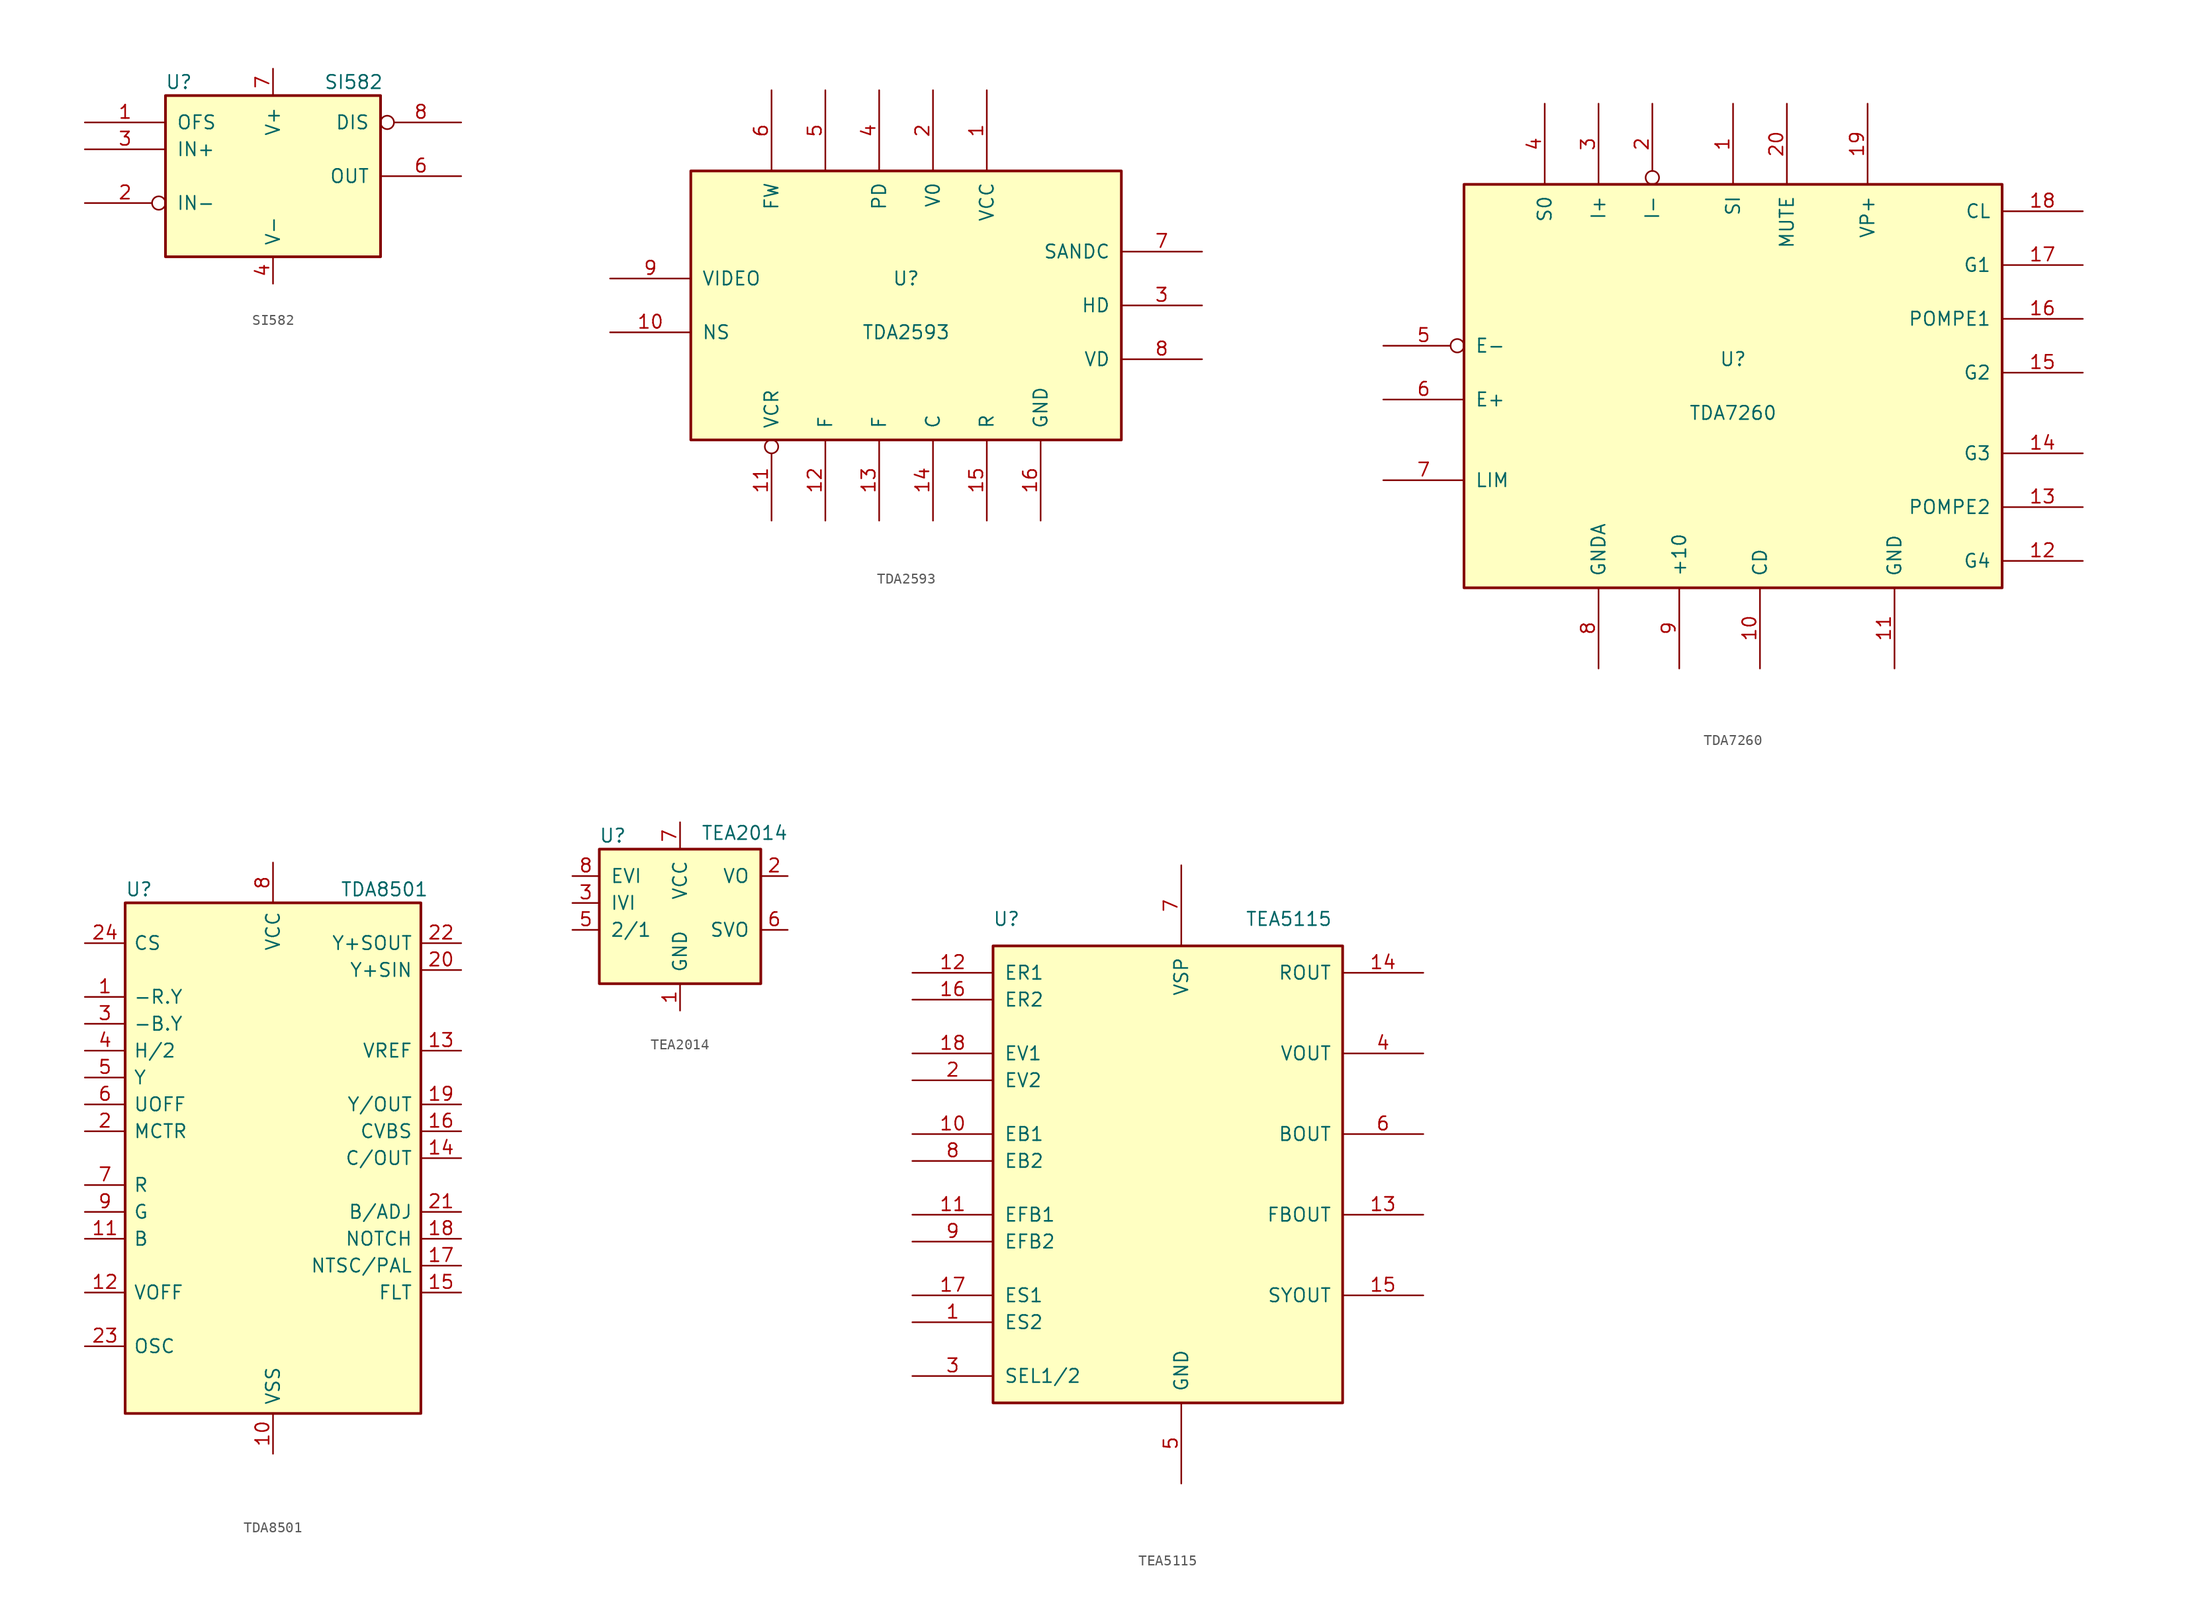
<source format=kicad_sym>
(kicad_symbol_lib
  (version 20201005)
  (generator kicad_symbol_editor)
  (symbol "SI582"
    (pin_names
      (offset 1.016))
    (property "Reference" "U"
      (at -8.89 8.89 0)
      (effects (font (size 1.27 1.27))))
    (property "Value" "SI582"
      (at 7.62 8.89 0)
      (effects (font (size 1.27 1.27))))
    (symbol "SI582_0_1"
      (rectangle (start -10.16 -7.62) (end 10.16 7.62) (stroke (width 0.254)) (fill (type background))))
    (symbol "SI582_1_1"
      (pin input line (at -17.78 5.08 0) (length 7.62) (name "OFS" (effects (font (size 1.27 1.27)))) (number "1" (effects (font (size 1.27 1.27)))))
      (pin input inverted (at -17.78 -2.54 0) (length 7.62) (name "IN-" (effects (font (size 1.27 1.27)))) (number "2" (effects (font (size 1.27 1.27)))))
      (pin input line (at -17.78 2.54 0) (length 7.62) (name "IN+" (effects (font (size 1.27 1.27)))) (number "3" (effects (font (size 1.27 1.27)))))
      (pin power_in line (at 0 -10.16 90) (length 2.54) (name "V-" (effects (font (size 1.27 1.27)))) (number "4" (effects (font (size 1.27 1.27)))))
      (pin input line (at 17.78 0 180) (length 7.62) (name "OUT" (effects (font (size 1.27 1.27)))) (number "6" (effects (font (size 1.27 1.27)))))
      (pin power_in line (at 0 10.16 270) (length 2.54) (name "V+" (effects (font (size 1.27 1.27)))) (number "7" (effects (font (size 1.27 1.27)))))
      (pin input inverted (at 17.78 5.08 180) (length 7.62) (name "DIS" (effects (font (size 1.27 1.27)))) (number "8" (effects (font (size 1.27 1.27)))))))
  (symbol "TDA2593"
    (pin_names
      (offset 1.016))
    (property "Reference" "U"
      (at 0 2.54 0)
      (effects (font (size 1.27 1.27))))
    (property "Value" "TDA2593"
      (at 0 -2.54 0)
      (effects (font (size 1.27 1.27))))
    (symbol "TDA2593_0_1"
      (rectangle (start -20.32 -12.7) (end 20.32 12.7) (stroke (width 0.254)) (fill (type background))))
    (symbol "TDA2593_1_1"
      (pin input line (at 7.62 20.32 270) (length 7.62) (name "VCC" (effects (font (size 1.27 1.27)))) (number "1" (effects (font (size 1.27 1.27)))))
      (pin input line (at -27.94 -2.54 0) (length 7.62) (name "NS" (effects (font (size 1.27 1.27)))) (number "10" (effects (font (size 1.27 1.27)))))
      (pin input inverted (at -12.7 -20.32 90) (length 7.62) (name "VCR" (effects (font (size 1.27 1.27)))) (number "11" (effects (font (size 1.27 1.27)))))
      (pin input line (at -7.62 -20.32 90) (length 7.62) (name "F" (effects (font (size 1.27 1.27)))) (number "12" (effects (font (size 1.27 1.27)))))
      (pin input line (at -2.54 -20.32 90) (length 7.62) (name "F" (effects (font (size 1.27 1.27)))) (number "13" (effects (font (size 1.27 1.27)))))
      (pin input line (at 2.54 -20.32 90) (length 7.62) (name "C" (effects (font (size 1.27 1.27)))) (number "14" (effects (font (size 1.27 1.27)))))
      (pin input line (at 7.62 -20.32 90) (length 7.62) (name "R" (effects (font (size 1.27 1.27)))) (number "15" (effects (font (size 1.27 1.27)))))
      (pin input line (at 12.7 -20.32 90) (length 7.62) (name "GND" (effects (font (size 1.27 1.27)))) (number "16" (effects (font (size 1.27 1.27)))))
      (pin input line (at 2.54 20.32 270) (length 7.62) (name "V0" (effects (font (size 1.27 1.27)))) (number "2" (effects (font (size 1.27 1.27)))))
      (pin output line (at 27.94 0 180) (length 7.62) (name "HD" (effects (font (size 1.27 1.27)))) (number "3" (effects (font (size 1.27 1.27)))))
      (pin input line (at -2.54 20.32 270) (length 7.62) (name "PD" (effects (font (size 1.27 1.27)))) (number "4" (effects (font (size 1.27 1.27)))))
      (pin input line (at -7.62 20.32 270) (length 7.62) (name "~" (effects (font (size 1.27 1.27)))) (number "5" (effects (font (size 1.27 1.27)))))
      (pin input line (at -12.7 20.32 270) (length 7.62) (name "FW" (effects (font (size 1.27 1.27)))) (number "6" (effects (font (size 1.27 1.27)))))
      (pin output line (at 27.94 5.08 180) (length 7.62) (name "SANDC" (effects (font (size 1.27 1.27)))) (number "7" (effects (font (size 1.27 1.27)))))
      (pin output line (at 27.94 -5.08 180) (length 7.62) (name "VD" (effects (font (size 1.27 1.27)))) (number "8" (effects (font (size 1.27 1.27)))))
      (pin input line (at -27.94 2.54 0) (length 7.62) (name "VIDEO" (effects (font (size 1.27 1.27)))) (number "9" (effects (font (size 1.27 1.27)))))))
  (symbol "TDA7260"
    (pin_names
      (offset 1.016))
    (property "Reference" "U"
      (at 0 2.54 0)
      (effects (font (size 1.27 1.27))))
    (property "Value" "TDA7260"
      (at 0 -2.54 0)
      (effects (font (size 1.27 1.27))))
    (symbol "TDA7260_0_1"
      (rectangle (start -25.4 -19.05) (end 25.4 19.05) (stroke (width 0.254)) (fill (type background))))
    (symbol "TDA7260_1_1"
      (pin output line (at 0 26.67 270) (length 7.62) (name "SI" (effects (font (size 1.27 1.27)))) (number "1" (effects (font (size 1.27 1.27)))))
      (pin input line (at 2.54 -26.67 90) (length 7.62) (name "CD" (effects (font (size 1.27 1.27)))) (number "10" (effects (font (size 1.27 1.27)))))
      (pin power_in line (at 15.24 -26.67 90) (length 7.62) (name "GND" (effects (font (size 1.27 1.27)))) (number "11" (effects (font (size 1.27 1.27)))))
      (pin output line (at 33.02 -16.51 180) (length 7.62) (name "G4" (effects (font (size 1.27 1.27)))) (number "12" (effects (font (size 1.27 1.27)))))
      (pin input line (at 33.02 -11.43 180) (length 7.62) (name "POMPE2" (effects (font (size 1.27 1.27)))) (number "13" (effects (font (size 1.27 1.27)))))
      (pin output line (at 33.02 -6.35 180) (length 7.62) (name "G3" (effects (font (size 1.27 1.27)))) (number "14" (effects (font (size 1.27 1.27)))))
      (pin output line (at 33.02 1.27 180) (length 7.62) (name "G2" (effects (font (size 1.27 1.27)))) (number "15" (effects (font (size 1.27 1.27)))))
      (pin input line (at 33.02 6.35 180) (length 7.62) (name "POMPE1" (effects (font (size 1.27 1.27)))) (number "16" (effects (font (size 1.27 1.27)))))
      (pin output line (at 33.02 11.43 180) (length 7.62) (name "G1" (effects (font (size 1.27 1.27)))) (number "17" (effects (font (size 1.27 1.27)))))
      (pin input line (at 33.02 16.51 180) (length 7.62) (name "CL" (effects (font (size 1.27 1.27)))) (number "18" (effects (font (size 1.27 1.27)))))
      (pin input line (at 12.7 26.67 270) (length 7.62) (name "VP+" (effects (font (size 1.27 1.27)))) (number "19" (effects (font (size 1.27 1.27)))))
      (pin input inverted (at -7.62 26.67 270) (length 7.62) (name "I-" (effects (font (size 1.27 1.27)))) (number "2" (effects (font (size 1.27 1.27)))))
      (pin input line (at 5.08 26.67 270) (length 7.62) (name "MUTE" (effects (font (size 1.27 1.27)))) (number "20" (effects (font (size 1.27 1.27)))))
      (pin input line (at -12.7 26.67 270) (length 7.62) (name "I+" (effects (font (size 1.27 1.27)))) (number "3" (effects (font (size 1.27 1.27)))))
      (pin output line (at -17.78 26.67 270) (length 7.62) (name "S0" (effects (font (size 1.27 1.27)))) (number "4" (effects (font (size 1.27 1.27)))))
      (pin input inverted (at -33.02 3.81 0) (length 7.62) (name "E-" (effects (font (size 1.27 1.27)))) (number "5" (effects (font (size 1.27 1.27)))))
      (pin input line (at -33.02 -1.27 0) (length 7.62) (name "E+" (effects (font (size 1.27 1.27)))) (number "6" (effects (font (size 1.27 1.27)))))
      (pin output line (at -33.02 -8.89 0) (length 7.62) (name "LIM" (effects (font (size 1.27 1.27)))) (number "7" (effects (font (size 1.27 1.27)))))
      (pin power_in line (at -12.7 -26.67 90) (length 7.62) (name "GNDA" (effects (font (size 1.27 1.27)))) (number "8" (effects (font (size 1.27 1.27)))))
      (pin output line (at -5.08 -26.67 90) (length 7.62) (name "+10" (effects (font (size 1.27 1.27)))) (number "9" (effects (font (size 1.27 1.27)))))))
  (symbol "TDA8501"
    (pin_names
      (offset 0.762))
    (property "Reference" "U"
      (at -13.97 25.4 0)
      (effects (font (size 1.27 1.27)) (justify left)))
    (property "Value" "TDA8501"
      (at 6.35 25.4 0)
      (effects (font (size 1.27 1.27)) (justify left)))
    (symbol "TDA8501_0_1"
      (rectangle (start -13.97 24.13) (end 13.97 -24.13) (stroke (width 0.254)) (fill (type background))))
    (symbol "TDA8501_1_1"
      (pin input line (at -17.78 15.24 0) (length 3.81) (name "-R.Y" (effects (font (size 1.27 1.27)))) (number "1" (effects (font (size 1.27 1.27)))))
      (pin power_in line (at 0 -27.94 90) (length 3.81) (name "VSS" (effects (font (size 1.27 1.27)))) (number "10" (effects (font (size 1.27 1.27)))))
      (pin input line (at -17.78 -7.62 0) (length 3.81) (name "B" (effects (font (size 1.27 1.27)))) (number "11" (effects (font (size 1.27 1.27)))))
      (pin output line (at -17.78 -12.7 0) (length 3.81) (name "VOFF" (effects (font (size 1.27 1.27)))) (number "12" (effects (font (size 1.27 1.27)))))
      (pin passive line (at 17.78 10.16 180) (length 3.81) (name "VREF" (effects (font (size 1.27 1.27)))) (number "13" (effects (font (size 1.27 1.27)))))
      (pin output line (at 17.78 0 180) (length 3.81) (name "C/OUT" (effects (font (size 1.27 1.27)))) (number "14" (effects (font (size 1.27 1.27)))))
      (pin passive line (at 17.78 -12.7 180) (length 3.81) (name "FLT" (effects (font (size 1.27 1.27)))) (number "15" (effects (font (size 1.27 1.27)))))
      (pin output line (at 17.78 2.54 180) (length 3.81) (name "CVBS" (effects (font (size 1.27 1.27)))) (number "16" (effects (font (size 1.27 1.27)))))
      (pin input line (at 17.78 -10.16 180) (length 3.81) (name "NTSC/PAL" (effects (font (size 1.27 1.27)))) (number "17" (effects (font (size 1.27 1.27)))))
      (pin input line (at 17.78 -7.62 180) (length 3.81) (name "NOTCH" (effects (font (size 1.27 1.27)))) (number "18" (effects (font (size 1.27 1.27)))))
      (pin output line (at 17.78 5.08 180) (length 3.81) (name "Y/OUT" (effects (font (size 1.27 1.27)))) (number "19" (effects (font (size 1.27 1.27)))))
      (pin input line (at -17.78 2.54 0) (length 3.81) (name "MCTR" (effects (font (size 1.27 1.27)))) (number "2" (effects (font (size 1.27 1.27)))))
      (pin input line (at 17.78 17.78 180) (length 3.81) (name "Y+SIN" (effects (font (size 1.27 1.27)))) (number "20" (effects (font (size 1.27 1.27)))))
      (pin passive line (at 17.78 -5.08 180) (length 3.81) (name "B/ADJ" (effects (font (size 1.27 1.27)))) (number "21" (effects (font (size 1.27 1.27)))))
      (pin output line (at 17.78 20.32 180) (length 3.81) (name "Y+SOUT" (effects (font (size 1.27 1.27)))) (number "22" (effects (font (size 1.27 1.27)))))
      (pin output line (at -17.78 -17.78 0) (length 3.81) (name "OSC" (effects (font (size 1.27 1.27)))) (number "23" (effects (font (size 1.27 1.27)))))
      (pin input line (at -17.78 20.32 0) (length 3.81) (name "CS" (effects (font (size 1.27 1.27)))) (number "24" (effects (font (size 1.27 1.27)))))
      (pin input line (at -17.78 12.7 0) (length 3.81) (name "-B.Y" (effects (font (size 1.27 1.27)))) (number "3" (effects (font (size 1.27 1.27)))))
      (pin bidirectional line (at -17.78 10.16 0) (length 3.81) (name "H/2" (effects (font (size 1.27 1.27)))) (number "4" (effects (font (size 1.27 1.27)))))
      (pin input line (at -17.78 7.62 0) (length 3.81) (name "Y" (effects (font (size 1.27 1.27)))) (number "5" (effects (font (size 1.27 1.27)))))
      (pin output line (at -17.78 5.08 0) (length 3.81) (name "UOFF" (effects (font (size 1.27 1.27)))) (number "6" (effects (font (size 1.27 1.27)))))
      (pin input line (at -17.78 -2.54 0) (length 3.81) (name "R" (effects (font (size 1.27 1.27)))) (number "7" (effects (font (size 1.27 1.27)))))
      (pin power_in line (at 0 27.94 270) (length 3.81) (name "VCC" (effects (font (size 1.27 1.27)))) (number "8" (effects (font (size 1.27 1.27)))))
      (pin input line (at -17.78 -5.08 0) (length 3.81) (name "G" (effects (font (size 1.27 1.27)))) (number "9" (effects (font (size 1.27 1.27)))))))
  (symbol "TEA2014"
    (pin_names
      (offset 1.016))
    (property "Reference" "U"
      (at -6.35 6.35 0)
      (effects (font (size 1.27 1.27))))
    (property "Value" "TEA2014"
      (at 6.096 6.604 0)
      (effects (font (size 1.27 1.27))))
    (symbol "TEA2014_0_1"
      (rectangle (start -7.62 5.08) (end 7.62 -7.62) (stroke (width 0.254)) (fill (type background))))
    (symbol "TEA2014_1_1"
      (pin power_in line (at 0 -10.16 90) (length 2.54) (name "GND" (effects (font (size 1.27 1.27)))) (number "1" (effects (font (size 1.27 1.27)))))
      (pin output line (at 10.16 2.54 180) (length 2.54) (name "VO" (effects (font (size 1.27 1.27)))) (number "2" (effects (font (size 1.27 1.27)))))
      (pin input line (at -10.16 0 0) (length 2.54) (name "IVI" (effects (font (size 1.27 1.27)))) (number "3" (effects (font (size 1.27 1.27)))))
      (pin no_connect line (at 7.62 0 180) (length 2.54) hide (name "NC" (effects (font (size 1.27 1.27)))) (number "4" (effects (font (size 1.27 1.27)))))
      (pin input line (at -10.16 -2.54 0) (length 2.54) (name "2/1" (effects (font (size 1.27 1.27)))) (number "5" (effects (font (size 1.27 1.27)))))
      (pin output line (at 10.16 -2.54 180) (length 2.54) (name "SVO" (effects (font (size 1.27 1.27)))) (number "6" (effects (font (size 1.27 1.27)))))
      (pin power_in line (at 0 7.62 270) (length 2.54) (name "VCC" (effects (font (size 1.27 1.27)))) (number "7" (effects (font (size 1.27 1.27)))))
      (pin input line (at -10.16 2.54 0) (length 2.54) (name "EVI" (effects (font (size 1.27 1.27)))) (number "8" (effects (font (size 1.27 1.27)))))))
  (symbol "TEA5115"
    (pin_names
      (offset 1.016))
    (property "Reference" "U"
      (at -16.51 22.86 0)
      (effects (font (size 1.27 1.27))))
    (property "Value" "TEA5115"
      (at 10.16 22.86 0)
      (effects (font (size 1.27 1.27))))
    (symbol "TEA5115_0_1"
      (rectangle (start -17.78 -22.86) (end 15.24 20.32) (stroke (width 0.254)) (fill (type background))))
    (symbol "TEA5115_1_1"
      (pin input line (at -25.4 -15.24 0) (length 7.62) (name "ES2" (effects (font (size 1.27 1.27)))) (number "1" (effects (font (size 1.27 1.27)))))
      (pin input line (at -25.4 2.54 0) (length 7.62) (name "EB1" (effects (font (size 1.27 1.27)))) (number "10" (effects (font (size 1.27 1.27)))))
      (pin input line (at -25.4 -5.08 0) (length 7.62) (name "EFB1" (effects (font (size 1.27 1.27)))) (number "11" (effects (font (size 1.27 1.27)))))
      (pin input line (at -25.4 17.78 0) (length 7.62) (name "ER1" (effects (font (size 1.27 1.27)))) (number "12" (effects (font (size 1.27 1.27)))))
      (pin output line (at 22.86 -5.08 180) (length 7.62) (name "FBOUT" (effects (font (size 1.27 1.27)))) (number "13" (effects (font (size 1.27 1.27)))))
      (pin output line (at 22.86 17.78 180) (length 7.62) (name "ROUT" (effects (font (size 1.27 1.27)))) (number "14" (effects (font (size 1.27 1.27)))))
      (pin output line (at 22.86 -12.7 180) (length 7.62) (name "SYOUT" (effects (font (size 1.27 1.27)))) (number "15" (effects (font (size 1.27 1.27)))))
      (pin input line (at -25.4 15.24 0) (length 7.62) (name "ER2" (effects (font (size 1.27 1.27)))) (number "16" (effects (font (size 1.27 1.27)))))
      (pin input line (at -25.4 -12.7 0) (length 7.62) (name "ES1" (effects (font (size 1.27 1.27)))) (number "17" (effects (font (size 1.27 1.27)))))
      (pin input line (at -25.4 10.16 0) (length 7.62) (name "EV1" (effects (font (size 1.27 1.27)))) (number "18" (effects (font (size 1.27 1.27)))))
      (pin input line (at -25.4 7.62 0) (length 7.62) (name "EV2" (effects (font (size 1.27 1.27)))) (number "2" (effects (font (size 1.27 1.27)))))
      (pin input line (at -25.4 -20.32 0) (length 7.62) (name "SEL1/2" (effects (font (size 1.27 1.27)))) (number "3" (effects (font (size 1.27 1.27)))))
      (pin output line (at 22.86 10.16 180) (length 7.62) (name "VOUT" (effects (font (size 1.27 1.27)))) (number "4" (effects (font (size 1.27 1.27)))))
      (pin power_in line (at 0 -30.48 90) (length 7.62) (name "GND" (effects (font (size 1.27 1.27)))) (number "5" (effects (font (size 1.27 1.27)))))
      (pin output line (at 22.86 2.54 180) (length 7.62) (name "BOUT" (effects (font (size 1.27 1.27)))) (number "6" (effects (font (size 1.27 1.27)))))
      (pin input line (at 0 27.94 270) (length 7.62) (name "VSP" (effects (font (size 1.27 1.27)))) (number "7" (effects (font (size 1.27 1.27)))))
      (pin input line (at -25.4 0 0) (length 7.62) (name "EB2" (effects (font (size 1.27 1.27)))) (number "8" (effects (font (size 1.27 1.27)))))
      (pin input line (at -25.4 -7.62 0) (length 7.62) (name "EFB2" (effects (font (size 1.27 1.27)))) (number "9" (effects (font (size 1.27 1.27))))))))
</source>
